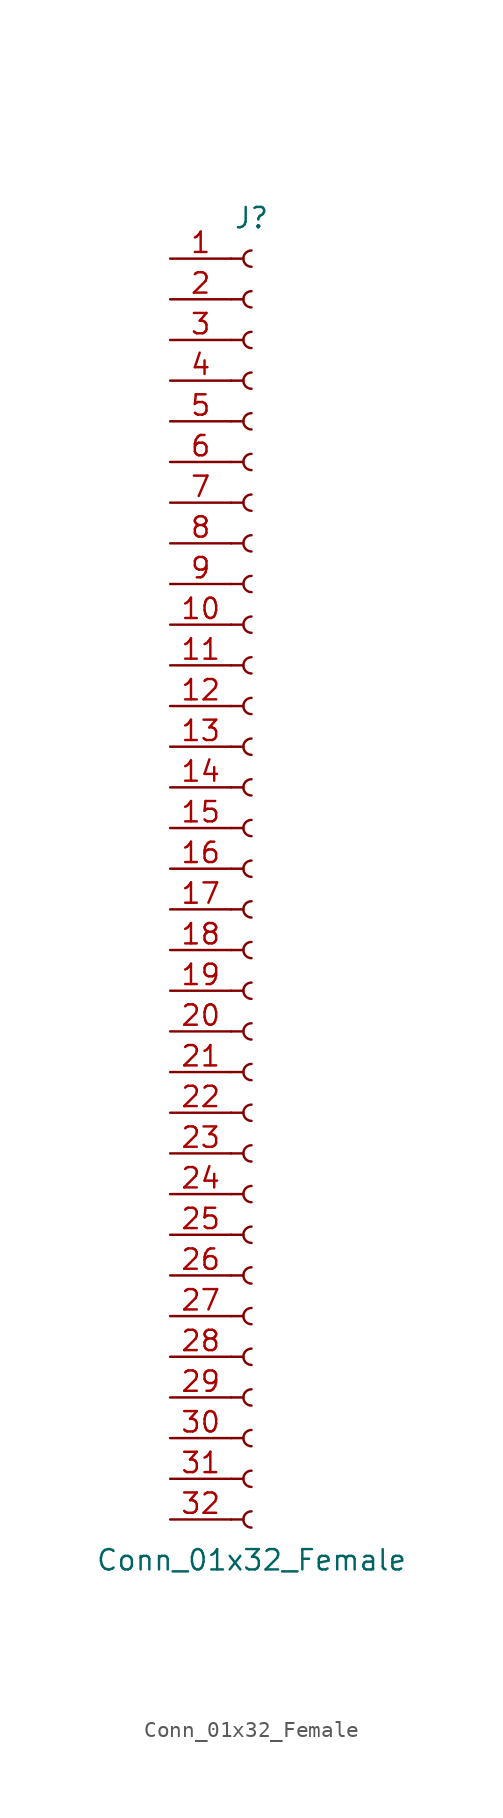
<source format=kicad_sym>
(kicad_symbol_lib
  (version 20211014)
  (generator kicad_symbol_editor)
  (symbol "Conn_01x32_Female"
    (pin_names
      (offset 1.016) hide)
    (property "Reference" "J"
      (at 0 40.64 0)
      (effects (font (size 1.27 1.27))))
    (property "Value" "Conn_01x32_Female"
      (at 0 -43.18 0)
      (effects (font (size 1.27 1.27))))
    (symbol "Conn_01x32_Female_1_1"
      (arc (start 0 -40.132) (mid -0.508 -40.64) (end 0 -41.148) (stroke (width 0.1524) (type default) (color 0 0 0 0)) (fill (type none)))
      (arc (start 0 -37.592) (mid -0.508 -38.1) (end 0 -38.608) (stroke (width 0.1524) (type default) (color 0 0 0 0)) (fill (type none)))
      (arc (start 0 -35.052) (mid -0.508 -35.56) (end 0 -36.068) (stroke (width 0.1524) (type default) (color 0 0 0 0)) (fill (type none)))
      (arc (start 0 -32.512) (mid -0.508 -33.02) (end 0 -33.528) (stroke (width 0.1524) (type default) (color 0 0 0 0)) (fill (type none)))
      (arc (start 0 -29.972) (mid -0.508 -30.48) (end 0 -30.988) (stroke (width 0.1524) (type default) (color 0 0 0 0)) (fill (type none)))
      (arc (start 0 -27.432) (mid -0.508 -27.94) (end 0 -28.448) (stroke (width 0.1524) (type default) (color 0 0 0 0)) (fill (type none)))
      (arc (start 0 -24.892) (mid -0.508 -25.4) (end 0 -25.908) (stroke (width 0.1524) (type default) (color 0 0 0 0)) (fill (type none)))
      (arc (start 0 -22.352) (mid -0.508 -22.86) (end 0 -23.368) (stroke (width 0.1524) (type default) (color 0 0 0 0)) (fill (type none)))
      (arc (start 0 -19.812) (mid -0.508 -20.32) (end 0 -20.828) (stroke (width 0.1524) (type default) (color 0 0 0 0)) (fill (type none)))
      (arc (start 0 -17.272) (mid -0.508 -17.78) (end 0 -18.288) (stroke (width 0.1524) (type default) (color 0 0 0 0)) (fill (type none)))
      (arc (start 0 -14.732) (mid -0.508 -15.24) (end 0 -15.748) (stroke (width 0.1524) (type default) (color 0 0 0 0)) (fill (type none)))
      (arc (start 0 -12.192) (mid -0.508 -12.7) (end 0 -13.208) (stroke (width 0.1524) (type default) (color 0 0 0 0)) (fill (type none)))
      (arc (start 0 -9.652) (mid -0.508 -10.16) (end 0 -10.668) (stroke (width 0.1524) (type default) (color 0 0 0 0)) (fill (type none)))
      (arc (start 0 -7.112) (mid -0.508 -7.62) (end 0 -8.128) (stroke (width 0.1524) (type default) (color 0 0 0 0)) (fill (type none)))
      (arc (start 0 -4.572) (mid -0.508 -5.08) (end 0 -5.588) (stroke (width 0.1524) (type default) (color 0 0 0 0)) (fill (type none)))
      (arc (start 0 -2.032) (mid -0.508 -2.54) (end 0 -3.048) (stroke (width 0.1524) (type default) (color 0 0 0 0)) (fill (type none)))
      (polyline (pts (xy -1.27 -40.64) (xy -0.508 -40.64)) (stroke (width 0.152) (type default) (color 0 0 0 0)) (fill (type none)))
      (polyline (pts (xy -1.27 -38.1) (xy -0.508 -38.1)) (stroke (width 0.152) (type default) (color 0 0 0 0)) (fill (type none)))
      (polyline (pts (xy -1.27 -35.56) (xy -0.508 -35.56)) (stroke (width 0.152) (type default) (color 0 0 0 0)) (fill (type none)))
      (polyline (pts (xy -1.27 -33.02) (xy -0.508 -33.02)) (stroke (width 0.152) (type default) (color 0 0 0 0)) (fill (type none)))
      (polyline (pts (xy -1.27 -30.48) (xy -0.508 -30.48)) (stroke (width 0.152) (type default) (color 0 0 0 0)) (fill (type none)))
      (polyline (pts (xy -1.27 -27.94) (xy -0.508 -27.94)) (stroke (width 0.152) (type default) (color 0 0 0 0)) (fill (type none)))
      (polyline (pts (xy -1.27 -25.4) (xy -0.508 -25.4)) (stroke (width 0.152) (type default) (color 0 0 0 0)) (fill (type none)))
      (polyline (pts (xy -1.27 -22.86) (xy -0.508 -22.86)) (stroke (width 0.152) (type default) (color 0 0 0 0)) (fill (type none)))
      (polyline (pts (xy -1.27 -20.32) (xy -0.508 -20.32)) (stroke (width 0.152) (type default) (color 0 0 0 0)) (fill (type none)))
      (polyline (pts (xy -1.27 -17.78) (xy -0.508 -17.78)) (stroke (width 0.152) (type default) (color 0 0 0 0)) (fill (type none)))
      (polyline (pts (xy -1.27 -15.24) (xy -0.508 -15.24)) (stroke (width 0.152) (type default) (color 0 0 0 0)) (fill (type none)))
      (polyline (pts (xy -1.27 -12.7) (xy -0.508 -12.7)) (stroke (width 0.152) (type default) (color 0 0 0 0)) (fill (type none)))
      (polyline (pts (xy -1.27 -10.16) (xy -0.508 -10.16)) (stroke (width 0.152) (type default) (color 0 0 0 0)) (fill (type none)))
      (polyline (pts (xy -1.27 -7.62) (xy -0.508 -7.62)) (stroke (width 0.152) (type default) (color 0 0 0 0)) (fill (type none)))
      (polyline (pts (xy -1.27 -5.08) (xy -0.508 -5.08)) (stroke (width 0.152) (type default) (color 0 0 0 0)) (fill (type none)))
      (polyline (pts (xy -1.27 -2.54) (xy -0.508 -2.54)) (stroke (width 0.152) (type default) (color 0 0 0 0)) (fill (type none)))
      (polyline (pts (xy -1.27 0) (xy -0.508 0)) (stroke (width 0.152) (type default) (color 0 0 0 0)) (fill (type none)))
      (polyline (pts (xy -1.27 2.54) (xy -0.508 2.54)) (stroke (width 0.152) (type default) (color 0 0 0 0)) (fill (type none)))
      (polyline (pts (xy -1.27 5.08) (xy -0.508 5.08)) (stroke (width 0.152) (type default) (color 0 0 0 0)) (fill (type none)))
      (polyline (pts (xy -1.27 7.62) (xy -0.508 7.62)) (stroke (width 0.152) (type default) (color 0 0 0 0)) (fill (type none)))
      (polyline (pts (xy -1.27 10.16) (xy -0.508 10.16)) (stroke (width 0.152) (type default) (color 0 0 0 0)) (fill (type none)))
      (polyline (pts (xy -1.27 12.7) (xy -0.508 12.7)) (stroke (width 0.152) (type default) (color 0 0 0 0)) (fill (type none)))
      (polyline (pts (xy -1.27 15.24) (xy -0.508 15.24)) (stroke (width 0.152) (type default) (color 0 0 0 0)) (fill (type none)))
      (polyline (pts (xy -1.27 17.78) (xy -0.508 17.78)) (stroke (width 0.152) (type default) (color 0 0 0 0)) (fill (type none)))
      (polyline (pts (xy -1.27 20.32) (xy -0.508 20.32)) (stroke (width 0.152) (type default) (color 0 0 0 0)) (fill (type none)))
      (polyline (pts (xy -1.27 22.86) (xy -0.508 22.86)) (stroke (width 0.152) (type default) (color 0 0 0 0)) (fill (type none)))
      (polyline (pts (xy -1.27 25.4) (xy -0.508 25.4)) (stroke (width 0.152) (type default) (color 0 0 0 0)) (fill (type none)))
      (polyline (pts (xy -1.27 27.94) (xy -0.508 27.94)) (stroke (width 0.152) (type default) (color 0 0 0 0)) (fill (type none)))
      (polyline (pts (xy -1.27 30.48) (xy -0.508 30.48)) (stroke (width 0.152) (type default) (color 0 0 0 0)) (fill (type none)))
      (polyline (pts (xy -1.27 33.02) (xy -0.508 33.02)) (stroke (width 0.152) (type default) (color 0 0 0 0)) (fill (type none)))
      (polyline (pts (xy -1.27 35.56) (xy -0.508 35.56)) (stroke (width 0.152) (type default) (color 0 0 0 0)) (fill (type none)))
      (polyline (pts (xy -1.27 38.1) (xy -0.508 38.1)) (stroke (width 0.152) (type default) (color 0 0 0 0)) (fill (type none)))
      (arc (start 0 0.508) (mid -0.508 0) (end 0 -0.508) (stroke (width 0.1524) (type default) (color 0 0 0 0)) (fill (type none)))
      (arc (start 0 3.048) (mid -0.508 2.54) (end 0 2.032) (stroke (width 0.1524) (type default) (color 0 0 0 0)) (fill (type none)))
      (arc (start 0 5.588) (mid -0.508 5.08) (end 0 4.572) (stroke (width 0.1524) (type default) (color 0 0 0 0)) (fill (type none)))
      (arc (start 0 8.128) (mid -0.508 7.62) (end 0 7.112) (stroke (width 0.1524) (type default) (color 0 0 0 0)) (fill (type none)))
      (arc (start 0 10.668) (mid -0.508 10.16) (end 0 9.652) (stroke (width 0.1524) (type default) (color 0 0 0 0)) (fill (type none)))
      (arc (start 0 13.208) (mid -0.508 12.7) (end 0 12.192) (stroke (width 0.1524) (type default) (color 0 0 0 0)) (fill (type none)))
      (arc (start 0 15.748) (mid -0.508 15.24) (end 0 14.732) (stroke (width 0.1524) (type default) (color 0 0 0 0)) (fill (type none)))
      (arc (start 0 18.288) (mid -0.508 17.78) (end 0 17.272) (stroke (width 0.1524) (type default) (color 0 0 0 0)) (fill (type none)))
      (arc (start 0 20.828) (mid -0.508 20.32) (end 0 19.812) (stroke (width 0.1524) (type default) (color 0 0 0 0)) (fill (type none)))
      (arc (start 0 23.368) (mid -0.508 22.86) (end 0 22.352) (stroke (width 0.1524) (type default) (color 0 0 0 0)) (fill (type none)))
      (arc (start 0 25.908) (mid -0.508 25.4) (end 0 24.892) (stroke (width 0.1524) (type default) (color 0 0 0 0)) (fill (type none)))
      (arc (start 0 28.448) (mid -0.508 27.94) (end 0 27.432) (stroke (width 0.1524) (type default) (color 0 0 0 0)) (fill (type none)))
      (arc (start 0 30.988) (mid -0.508 30.48) (end 0 29.972) (stroke (width 0.1524) (type default) (color 0 0 0 0)) (fill (type none)))
      (arc (start 0 33.528) (mid -0.508 33.02) (end 0 32.512) (stroke (width 0.1524) (type default) (color 0 0 0 0)) (fill (type none)))
      (arc (start 0 36.068) (mid -0.508 35.56) (end 0 35.052) (stroke (width 0.1524) (type default) (color 0 0 0 0)) (fill (type none)))
      (arc (start 0 38.608) (mid -0.508 38.1) (end 0 37.592) (stroke (width 0.1524) (type default) (color 0 0 0 0)) (fill (type none)))
      (pin passive line (at -5.08 38.1 0) (length 3.81) (name "Pin_1" (effects (font (size 1.27 1.27)))) (number "1" (effects (font (size 1.27 1.27)))))
      (pin passive line (at -5.08 15.24 0) (length 3.81) (name "Pin_10" (effects (font (size 1.27 1.27)))) (number "10" (effects (font (size 1.27 1.27)))))
      (pin passive line (at -5.08 12.7 0) (length 3.81) (name "Pin_11" (effects (font (size 1.27 1.27)))) (number "11" (effects (font (size 1.27 1.27)))))
      (pin passive line (at -5.08 10.16 0) (length 3.81) (name "Pin_12" (effects (font (size 1.27 1.27)))) (number "12" (effects (font (size 1.27 1.27)))))
      (pin passive line (at -5.08 7.62 0) (length 3.81) (name "Pin_13" (effects (font (size 1.27 1.27)))) (number "13" (effects (font (size 1.27 1.27)))))
      (pin passive line (at -5.08 5.08 0) (length 3.81) (name "Pin_14" (effects (font (size 1.27 1.27)))) (number "14" (effects (font (size 1.27 1.27)))))
      (pin passive line (at -5.08 2.54 0) (length 3.81) (name "Pin_15" (effects (font (size 1.27 1.27)))) (number "15" (effects (font (size 1.27 1.27)))))
      (pin passive line (at -5.08 0 0) (length 3.81) (name "Pin_16" (effects (font (size 1.27 1.27)))) (number "16" (effects (font (size 1.27 1.27)))))
      (pin passive line (at -5.08 -2.54 0) (length 3.81) (name "Pin_17" (effects (font (size 1.27 1.27)))) (number "17" (effects (font (size 1.27 1.27)))))
      (pin passive line (at -5.08 -5.08 0) (length 3.81) (name "Pin_18" (effects (font (size 1.27 1.27)))) (number "18" (effects (font (size 1.27 1.27)))))
      (pin passive line (at -5.08 -7.62 0) (length 3.81) (name "Pin_19" (effects (font (size 1.27 1.27)))) (number "19" (effects (font (size 1.27 1.27)))))
      (pin passive line (at -5.08 35.56 0) (length 3.81) (name "Pin_2" (effects (font (size 1.27 1.27)))) (number "2" (effects (font (size 1.27 1.27)))))
      (pin passive line (at -5.08 -10.16 0) (length 3.81) (name "Pin_20" (effects (font (size 1.27 1.27)))) (number "20" (effects (font (size 1.27 1.27)))))
      (pin passive line (at -5.08 -12.7 0) (length 3.81) (name "Pin_21" (effects (font (size 1.27 1.27)))) (number "21" (effects (font (size 1.27 1.27)))))
      (pin passive line (at -5.08 -15.24 0) (length 3.81) (name "Pin_22" (effects (font (size 1.27 1.27)))) (number "22" (effects (font (size 1.27 1.27)))))
      (pin passive line (at -5.08 -17.78 0) (length 3.81) (name "Pin_23" (effects (font (size 1.27 1.27)))) (number "23" (effects (font (size 1.27 1.27)))))
      (pin passive line (at -5.08 -20.32 0) (length 3.81) (name "Pin_24" (effects (font (size 1.27 1.27)))) (number "24" (effects (font (size 1.27 1.27)))))
      (pin passive line (at -5.08 -22.86 0) (length 3.81) (name "Pin_25" (effects (font (size 1.27 1.27)))) (number "25" (effects (font (size 1.27 1.27)))))
      (pin passive line (at -5.08 -25.4 0) (length 3.81) (name "Pin_26" (effects (font (size 1.27 1.27)))) (number "26" (effects (font (size 1.27 1.27)))))
      (pin passive line (at -5.08 -27.94 0) (length 3.81) (name "Pin_27" (effects (font (size 1.27 1.27)))) (number "27" (effects (font (size 1.27 1.27)))))
      (pin passive line (at -5.08 -30.48 0) (length 3.81) (name "Pin_28" (effects (font (size 1.27 1.27)))) (number "28" (effects (font (size 1.27 1.27)))))
      (pin passive line (at -5.08 -33.02 0) (length 3.81) (name "Pin_29" (effects (font (size 1.27 1.27)))) (number "29" (effects (font (size 1.27 1.27)))))
      (pin passive line (at -5.08 33.02 0) (length 3.81) (name "Pin_3" (effects (font (size 1.27 1.27)))) (number "3" (effects (font (size 1.27 1.27)))))
      (pin passive line (at -5.08 -35.56 0) (length 3.81) (name "Pin_30" (effects (font (size 1.27 1.27)))) (number "30" (effects (font (size 1.27 1.27)))))
      (pin passive line (at -5.08 -38.1 0) (length 3.81) (name "Pin_31" (effects (font (size 1.27 1.27)))) (number "31" (effects (font (size 1.27 1.27)))))
      (pin passive line (at -5.08 -40.64 0) (length 3.81) (name "Pin_32" (effects (font (size 1.27 1.27)))) (number "32" (effects (font (size 1.27 1.27)))))
      (pin passive line (at -5.08 30.48 0) (length 3.81) (name "Pin_4" (effects (font (size 1.27 1.27)))) (number "4" (effects (font (size 1.27 1.27)))))
      (pin passive line (at -5.08 27.94 0) (length 3.81) (name "Pin_5" (effects (font (size 1.27 1.27)))) (number "5" (effects (font (size 1.27 1.27)))))
      (pin passive line (at -5.08 25.4 0) (length 3.81) (name "Pin_6" (effects (font (size 1.27 1.27)))) (number "6" (effects (font (size 1.27 1.27)))))
      (pin passive line (at -5.08 22.86 0) (length 3.81) (name "Pin_7" (effects (font (size 1.27 1.27)))) (number "7" (effects (font (size 1.27 1.27)))))
      (pin passive line (at -5.08 20.32 0) (length 3.81) (name "Pin_8" (effects (font (size 1.27 1.27)))) (number "8" (effects (font (size 1.27 1.27)))))
      (pin passive line (at -5.08 17.78 0) (length 3.81) (name "Pin_9" (effects (font (size 1.27 1.27)))) (number "9" (effects (font (size 1.27 1.27))))))))
</source>
